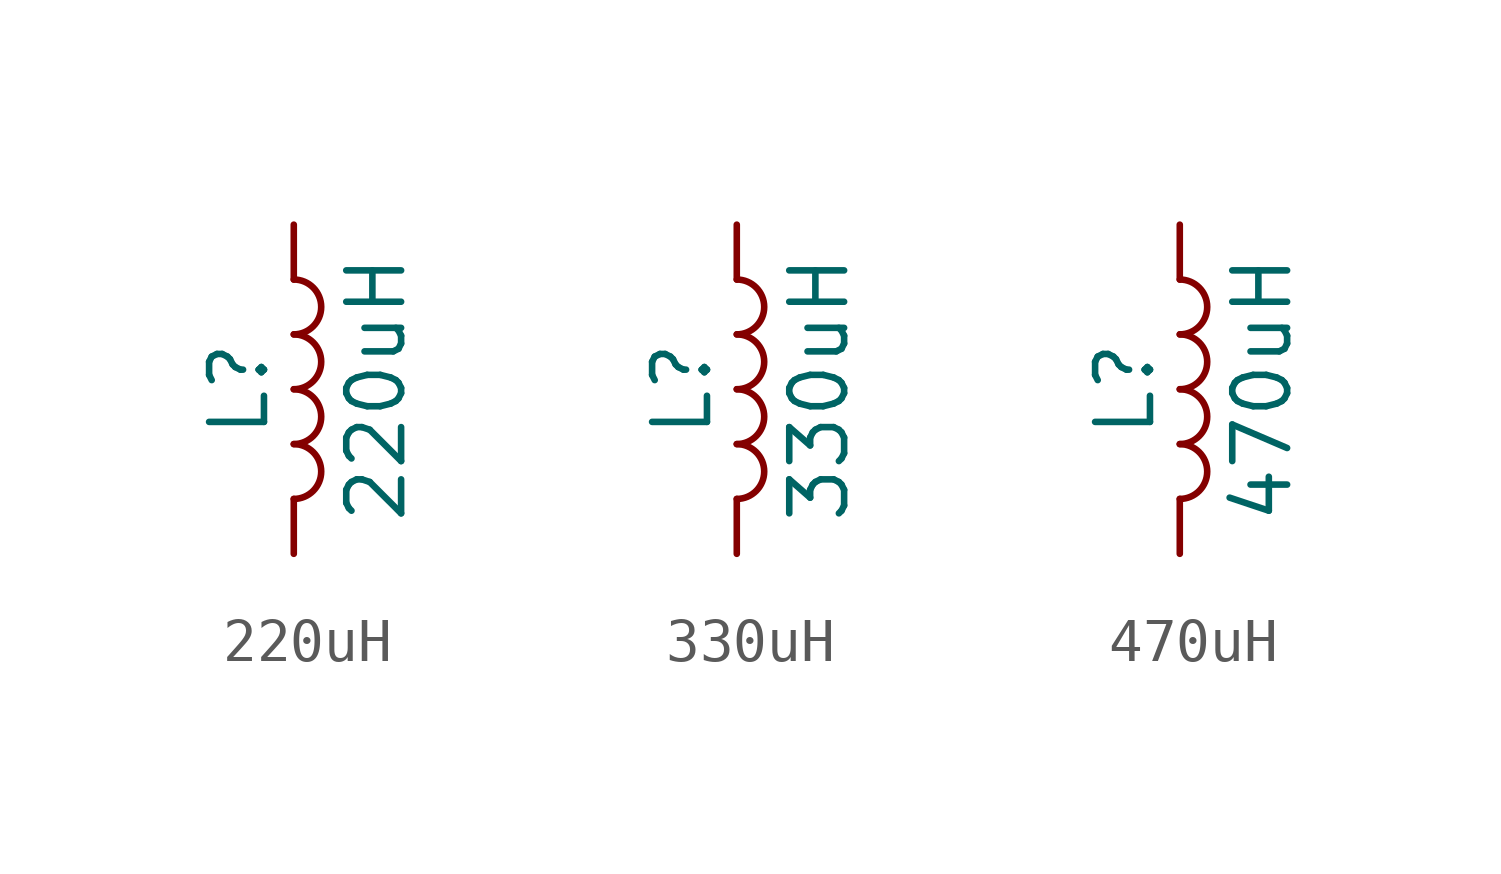
<source format=kicad_sym>
(kicad_symbol_lib
  (version 20220914)
  (generator kicad_db_lib)
  (symbol "220uH"
    (pin_numbers hide)
    (pin_names
      (offset 1.016) hide)
    (property "Reference" "L"
      (at -1.27 0 90)
      (effects (font (size 1.27 1.27))))
    (property "Value" "220uH"
      (at 1.905 0 90)
      (effects (font (size 1.27 1.27))))
    (symbol "220uH_0_1"
      (arc (start 0 -2.54) (mid 0.6323 -1.905) (end 0 -1.27) (stroke (width 0) (type default)) (fill (type none)))
      (arc (start 0 -1.27) (mid 0.6323 -0.635) (end 0 0) (stroke (width 0) (type default)) (fill (type none)))
      (arc (start 0 0) (mid 0.6323 0.635) (end 0 1.27) (stroke (width 0) (type default)) (fill (type none)))
      (arc (start 0 1.27) (mid 0.6323 1.905) (end 0 2.54) (stroke (width 0) (type default)) (fill (type none))))
    (symbol "220uH_1_1"
      (pin passive line (at 0 3.81 270) (length 1.27) (name "1" (effects (font (size 1.27 1.27)))) (number "1" (effects (font (size 1.27 1.27)))))
      (pin passive line (at 0 -3.81 90) (length 1.27) (name "2" (effects (font (size 1.27 1.27)))) (number "2" (effects (font (size 1.27 1.27)))))))
  (symbol "330uH"
    (pin_numbers hide)
    (pin_names
      (offset 1.016) hide)
    (property "Reference" "L"
      (at -1.27 0 90)
      (effects (font (size 1.27 1.27))))
    (property "Value" "330uH"
      (at 1.905 0 90)
      (effects (font (size 1.27 1.27))))
    (symbol "330uH_0_1"
      (arc (start 0 -2.54) (mid 0.6323 -1.905) (end 0 -1.27) (stroke (width 0) (type default)) (fill (type none)))
      (arc (start 0 -1.27) (mid 0.6323 -0.635) (end 0 0) (stroke (width 0) (type default)) (fill (type none)))
      (arc (start 0 0) (mid 0.6323 0.635) (end 0 1.27) (stroke (width 0) (type default)) (fill (type none)))
      (arc (start 0 1.27) (mid 0.6323 1.905) (end 0 2.54) (stroke (width 0) (type default)) (fill (type none))))
    (symbol "330uH_1_1"
      (pin passive line (at 0 3.81 270) (length 1.27) (name "1" (effects (font (size 1.27 1.27)))) (number "1" (effects (font (size 1.27 1.27)))))
      (pin passive line (at 0 -3.81 90) (length 1.27) (name "2" (effects (font (size 1.27 1.27)))) (number "2" (effects (font (size 1.27 1.27)))))))
  (symbol "470uH"
    (pin_numbers hide)
    (pin_names
      (offset 1.016) hide)
    (property "Reference" "L"
      (at -1.27 0 90)
      (effects (font (size 1.27 1.27))))
    (property "Value" "470uH"
      (at 1.905 0 90)
      (effects (font (size 1.27 1.27))))
    (symbol "470uH_0_1"
      (arc (start 0 -2.54) (mid 0.6323 -1.905) (end 0 -1.27) (stroke (width 0) (type default)) (fill (type none)))
      (arc (start 0 -1.27) (mid 0.6323 -0.635) (end 0 0) (stroke (width 0) (type default)) (fill (type none)))
      (arc (start 0 0) (mid 0.6323 0.635) (end 0 1.27) (stroke (width 0) (type default)) (fill (type none)))
      (arc (start 0 1.27) (mid 0.6323 1.905) (end 0 2.54) (stroke (width 0) (type default)) (fill (type none))))
    (symbol "470uH_1_1"
      (pin passive line (at 0 3.81 270) (length 1.27) (name "1" (effects (font (size 1.27 1.27)))) (number "1" (effects (font (size 1.27 1.27)))))
      (pin passive line (at 0 -3.81 90) (length 1.27) (name "2" (effects (font (size 1.27 1.27)))) (number "2" (effects (font (size 1.27 1.27))))))))
</source>
